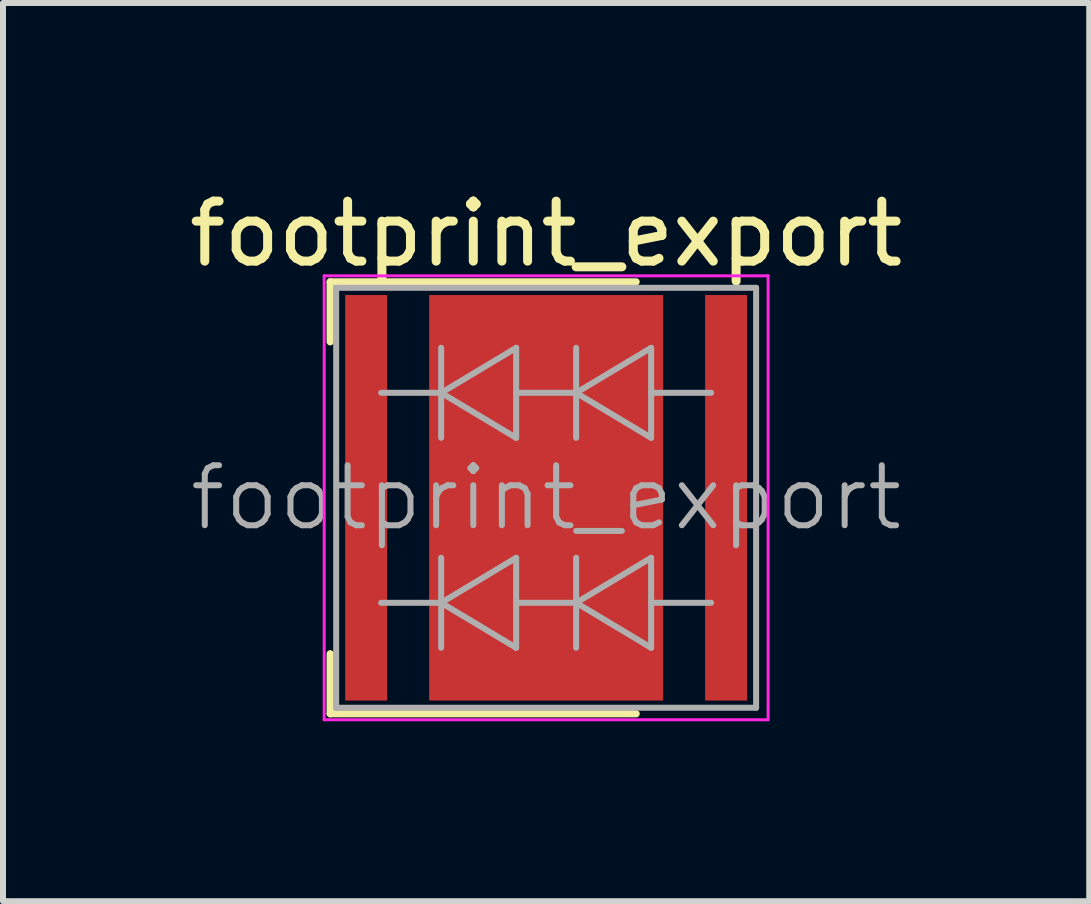
<source format=kicad_pcb>
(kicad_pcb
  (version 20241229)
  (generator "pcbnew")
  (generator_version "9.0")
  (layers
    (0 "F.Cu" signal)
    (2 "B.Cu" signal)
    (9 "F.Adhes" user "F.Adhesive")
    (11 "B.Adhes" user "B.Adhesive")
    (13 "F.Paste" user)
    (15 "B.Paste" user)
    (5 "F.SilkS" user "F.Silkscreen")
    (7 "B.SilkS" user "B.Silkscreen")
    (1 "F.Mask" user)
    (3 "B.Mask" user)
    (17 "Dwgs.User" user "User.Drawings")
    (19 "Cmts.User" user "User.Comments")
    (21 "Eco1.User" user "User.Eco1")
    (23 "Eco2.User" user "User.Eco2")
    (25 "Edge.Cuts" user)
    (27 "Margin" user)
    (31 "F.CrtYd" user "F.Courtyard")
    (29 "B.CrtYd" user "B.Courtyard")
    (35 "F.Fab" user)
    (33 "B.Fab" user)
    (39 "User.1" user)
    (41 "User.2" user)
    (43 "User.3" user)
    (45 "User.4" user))
  (footprint "footprint_export"
    (layer "F.Cu")
    (at 6.054 5.248)
    (property "Reference" "footprint_export" (at 0 -4.4 0) (layer "F.SilkS") (effects (font (size 1 1) (thickness 0.15))))
    (attr smd)
    (fp_line (start -3.6 -3.6) (end -3.6 -2.6) (stroke (width 0.12) (type solid)) (layer "F.SilkS"))
    (fp_line (start -3.6 3.6) (end -3.6 2.6) (stroke (width 0.12) (type solid)) (layer "F.SilkS"))
    (fp_line (start 1.5 -3.6) (end -3.6 -3.6) (stroke (width 0.12) (type solid)) (layer "F.SilkS"))
    (fp_line (start 1.5 3.6) (end -3.6 3.6) (stroke (width 0.12) (type solid)) (layer "F.SilkS"))
    (fp_line (start -3.7 -3.7) (end -3.7 3.7) (stroke (width 0.05) (type solid)) (layer "F.CrtYd"))
    (fp_line (start -3.7 3.7) (end 3.7 3.7) (stroke (width 0.05) (type solid)) (layer "F.CrtYd"))
    (fp_line (start 3.7 -3.7) (end -3.7 -3.7) (stroke (width 0.05) (type solid)) (layer "F.CrtYd"))
    (fp_line (start 3.7 3.7) (end 3.7 -3.7) (stroke (width 0.05) (type solid)) (layer "F.CrtYd"))
    (fp_line (start -3.5 -3.5) (end -3.5 3.5) (stroke (width 0.1) (type solid)) (layer "F.Fab"))
    (fp_line (start -3.5 3.5) (end 3.5 3.5) (stroke (width 0.1) (type solid)) (layer "F.Fab"))
    (fp_line (start -2.75 -1.75) (end -1.75 -1.75) (stroke (width 0.1) (type solid)) (layer "F.Fab"))
    (fp_line (start -2.75 1.75) (end -1.75 1.75) (stroke (width 0.1) (type solid)) (layer "F.Fab"))
    (fp_line (start -1.75 -1.75) (end -1.75 -2.5) (stroke (width 0.1) (type solid)) (layer "F.Fab"))
    (fp_line (start -1.75 -1.75) (end -1.75 -1) (stroke (width 0.1) (type solid)) (layer "F.Fab"))
    (fp_line (start -1.75 -1.75) (end -0.5 -1) (stroke (width 0.1) (type solid)) (layer "F.Fab"))
    (fp_line (start -1.75 1.75) (end -1.75 1) (stroke (width 0.1) (type solid)) (layer "F.Fab"))
    (fp_line (start -1.75 1.75) (end -1.75 2.5) (stroke (width 0.1) (type solid)) (layer "F.Fab"))
    (fp_line (start -1.75 1.75) (end -0.5 2.5) (stroke (width 0.1) (type solid)) (layer "F.Fab"))
    (fp_line (start -0.5 -2.5) (end -1.75 -1.75) (stroke (width 0.1) (type solid)) (layer "F.Fab"))
    (fp_line (start -0.5 -1.75) (end 0.5 -1.75) (stroke (width 0.1) (type solid)) (layer "F.Fab"))
    (fp_line (start -0.5 -1) (end -0.5 -2.5) (stroke (width 0.1) (type solid)) (layer "F.Fab"))
    (fp_line (start -0.5 1) (end -1.75 1.75) (stroke (width 0.1) (type solid)) (layer "F.Fab"))
    (fp_line (start -0.5 1.75) (end 0.5 1.75) (stroke (width 0.1) (type solid)) (layer "F.Fab"))
    (fp_line (start -0.5 2.5) (end -0.5 1) (stroke (width 0.1) (type solid)) (layer "F.Fab"))
    (fp_line (start 0.5 -2.5) (end 0.5 -1) (stroke (width 0.1) (type solid)) (layer "F.Fab"))
    (fp_line (start 0.5 -1.75) (end 1.75 -2.5) (stroke (width 0.1) (type solid)) (layer "F.Fab"))
    (fp_line (start 0.5 1) (end 0.5 2.5) (stroke (width 0.1) (type solid)) (layer "F.Fab"))
    (fp_line (start 0.5 1.75) (end 1.75 1) (stroke (width 0.1) (type solid)) (layer "F.Fab"))
    (fp_line (start 1.75 -1.75) (end 1.75 -2.5) (stroke (width 0.1) (type solid)) (layer "F.Fab"))
    (fp_line (start 1.75 -1.75) (end 1.75 -1) (stroke (width 0.1) (type solid)) (layer "F.Fab"))
    (fp_line (start 1.75 -1) (end 0.5 -1.75) (stroke (width 0.1) (type solid)) (layer "F.Fab"))
    (fp_line (start 1.75 1.75) (end 1.75 1) (stroke (width 0.1) (type solid)) (layer "F.Fab"))
    (fp_line (start 1.75 1.75) (end 1.75 2.5) (stroke (width 0.1) (type solid)) (layer "F.Fab"))
    (fp_line (start 1.75 2.5) (end 0.5 1.75) (stroke (width 0.1) (type solid)) (layer "F.Fab"))
    (fp_line (start 2.75 -1.75) (end 1.75 -1.75) (stroke (width 0.1) (type solid)) (layer "F.Fab"))
    (fp_line (start 2.75 1.75) (end 1.75 1.75) (stroke (width 0.1) (type solid)) (layer "F.Fab"))
    (fp_line (start 3.5 -3.5) (end -3.5 -3.5) (stroke (width 0.1) (type solid)) (layer "F.Fab"))
    (fp_line (start 3.5 3.5) (end 3.5 -3.5) (stroke (width 0.1) (type solid)) (layer "F.Fab"))
    (fp_text user "${REFERENCE}" (at 0 0 0) (layer "F.Fab") (effects (font (size 1 1) (thickness 0.1))))
    (pad "" smd rect (at -3 -1.815) (size 0.7 3.13) (layers "F.Paste"))
    (pad "" smd rect (at -3 1.815) (size 0.7 3.13) (layers "F.Paste"))
    (pad "" smd rect (at -0.77 -2.31) (size 1.29 1.29) (layers "F.Paste"))
    (pad "" smd rect (at -0.77 -0.77) (size 1.29 1.29) (layers "F.Paste"))
    (pad "" smd rect (at -0.77 0.77) (size 1.29 1.29) (layers "F.Paste"))
    (pad "" smd rect (at -0.77 2.31) (size 1.29 1.29) (layers "F.Paste"))
    (pad "" smd rect (at 0.77 -2.31) (size 1.29 1.29) (layers "F.Paste"))
    (pad "" smd rect (at 0.77 -0.77) (size 1.29 1.29) (layers "F.Paste"))
    (pad "" smd rect (at 0.77 0.77) (size 1.29 1.29) (layers "F.Paste"))
    (pad "" smd rect (at 0.77 2.31) (size 1.29 1.29) (layers "F.Paste"))
    (pad "" smd rect (at 3 -1.815) (size 0.7 3.13) (layers "F.Paste"))
    (pad "" smd rect (at 3 1.815) (size 0.7 3.13) (layers "F.Paste"))
    (pad "1" smd rect (at -3 0) (size 0.7 6.76) (layers "F.Cu" "F.Mask"))
    (pad "2" smd rect (at 3 0) (size 0.7 6.76) (layers "F.Cu" "F.Mask"))
    (pad "3" smd rect (at 0 0) (size 3.9 6.76) (layers "F.Cu" "F.Mask")))
  (gr_rect
    (start -3 -3)
    (end 15.107 11.973)
    (stroke (width 0.1) (type default))
    (fill no)
    (layer "Edge.Cuts")))
</source>
